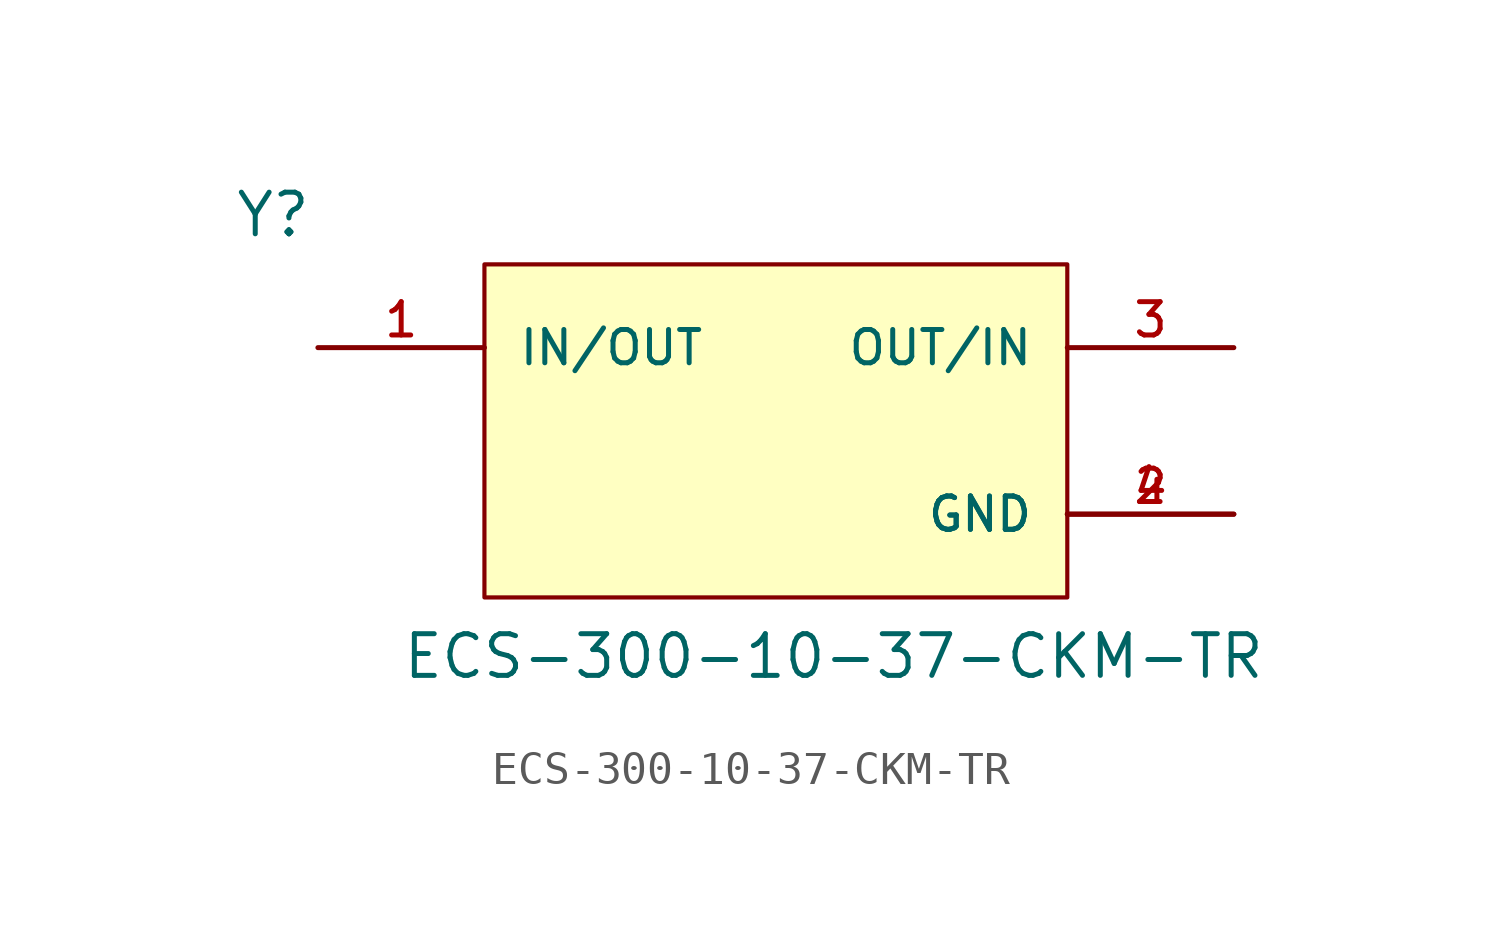
<source format=kicad_sym>
(kicad_symbol_lib
  (version 20230620)
  (generator kicad_symbol_editor)
  (symbol "ECS-300-10-37-CKM-TR"
    (pin_names
      (offset 1.016))
    (property "Reference" "Y"
      (at -15.256 5.849 0)
      (effects (font (size 1.27 1.27)) (justify left bottom)))
    (property "Value" "ECS-300-10-37-CKM-TR"
      (at -10.16 -7.62 0)
      (effects (font (size 1.27 1.27)) (justify left bottom)))
    (symbol "ECS-300-10-37-CKM-TR_0_0"
      (rectangle (start -7.62 5.08) (end 10.16 -5.08) (stroke (width 0.127) (type default)) (fill (type background)))
      (pin bidirectional line (at -12.7 2.54 0) (length 5.08) (name "IN/OUT" (effects (font (size 1.016 1.016)))) (number "1" (effects (font (size 1.016 1.016)))))
      (pin power_in line (at 15.24 -2.54 180) (length 5.08) (name "GND" (effects (font (size 1.016 1.016)))) (number "2" (effects (font (size 1.016 1.016)))))
      (pin bidirectional line (at 15.24 2.54 180) (length 5.08) (name "OUT/IN" (effects (font (size 1.016 1.016)))) (number "3" (effects (font (size 1.016 1.016)))))
      (pin power_in line (at 15.24 -2.54 180) (length 5.08) (name "GND" (effects (font (size 1.016 1.016)))) (number "4" (effects (font (size 1.016 1.016))))))))
</source>
